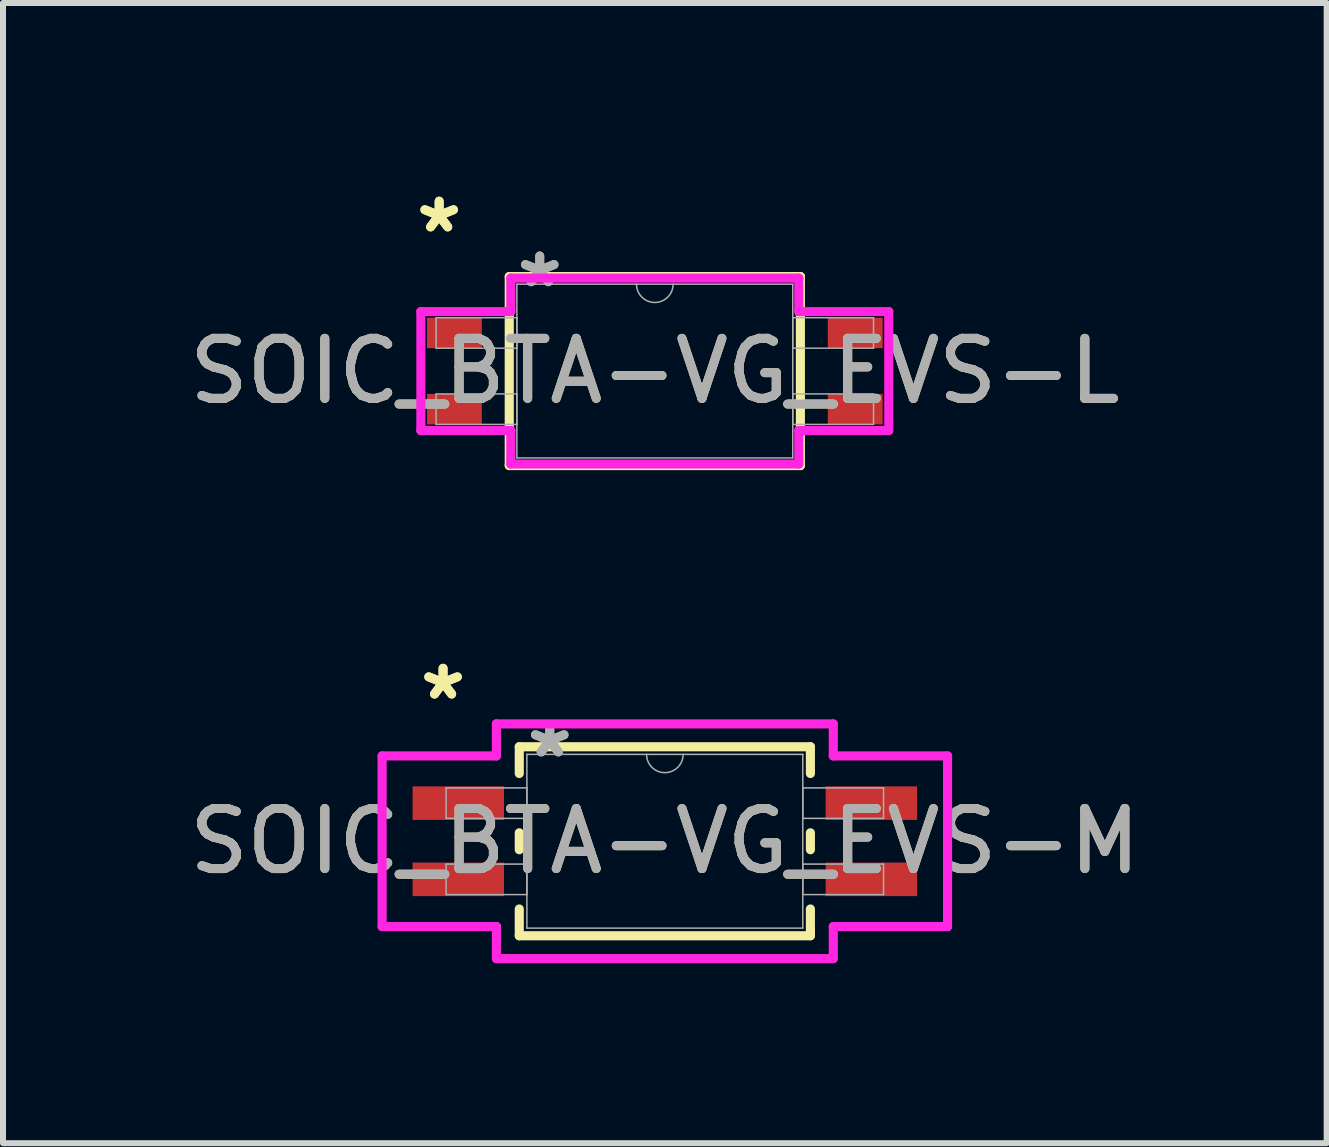
<source format=kicad_pcb>
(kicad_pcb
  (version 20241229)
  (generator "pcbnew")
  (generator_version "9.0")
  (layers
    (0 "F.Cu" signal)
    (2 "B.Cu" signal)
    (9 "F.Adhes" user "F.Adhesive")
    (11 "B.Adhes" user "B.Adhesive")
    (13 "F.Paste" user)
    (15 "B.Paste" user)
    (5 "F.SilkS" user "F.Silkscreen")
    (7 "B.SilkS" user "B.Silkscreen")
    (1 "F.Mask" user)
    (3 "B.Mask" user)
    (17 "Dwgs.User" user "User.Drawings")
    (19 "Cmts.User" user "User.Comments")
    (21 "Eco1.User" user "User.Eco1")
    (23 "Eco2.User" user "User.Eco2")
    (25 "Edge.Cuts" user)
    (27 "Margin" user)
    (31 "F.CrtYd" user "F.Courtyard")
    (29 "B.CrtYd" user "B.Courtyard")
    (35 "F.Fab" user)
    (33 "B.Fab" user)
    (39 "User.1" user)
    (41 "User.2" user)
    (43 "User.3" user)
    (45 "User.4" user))
  (footprint "SOIC_BTA-VG_EVS-L"
    (layer "F.Cu")
    (at 7.863 3.134)
    (property "Reference" "SOIC_BTA-VG_EVS-L" (at 0 0 0) (unlocked yes) (layer "F.SilkS") (effects (font (size 1 1) (thickness 0.15))))
    (attr smd)
    (fp_line (start -2.426 -1.575) (end -2.426 1.575) (stroke (width 0.152) (type solid)) (layer "F.SilkS"))
    (fp_line (start -2.426 1.575) (end 2.426 1.575) (stroke (width 0.152) (type solid)) (layer "F.SilkS"))
    (fp_line (start 2.426 -1.575) (end -2.426 -1.575) (stroke (width 0.152) (type solid)) (layer "F.SilkS"))
    (fp_line (start 2.426 1.575) (end 2.426 -1.575) (stroke (width 0.152) (type solid)) (layer "F.SilkS"))
    (fp_line (start -3.899 -0.991) (end -2.4 -0.991) (stroke (width 0.152) (type solid)) (layer "F.CrtYd"))
    (fp_line (start -3.899 0.991) (end -3.899 -0.991) (stroke (width 0.152) (type solid)) (layer "F.CrtYd"))
    (fp_line (start -3.899 0.991) (end -2.4 0.991) (stroke (width 0.152) (type solid)) (layer "F.CrtYd"))
    (fp_line (start -2.4 -1.549) (end 2.4 -1.549) (stroke (width 0.152) (type solid)) (layer "F.CrtYd"))
    (fp_line (start -2.4 -0.991) (end -2.4 -1.549) (stroke (width 0.152) (type solid)) (layer "F.CrtYd"))
    (fp_line (start -2.4 1.549) (end -2.4 0.991) (stroke (width 0.152) (type solid)) (layer "F.CrtYd"))
    (fp_line (start 2.4 -1.549) (end 2.4 -0.991) (stroke (width 0.152) (type solid)) (layer "F.CrtYd"))
    (fp_line (start 2.4 0.991) (end 2.4 1.549) (stroke (width 0.152) (type solid)) (layer "F.CrtYd"))
    (fp_line (start 2.4 1.549) (end -2.4 1.549) (stroke (width 0.152) (type solid)) (layer "F.CrtYd"))
    (fp_line (start 3.899 -0.991) (end 2.4 -0.991) (stroke (width 0.152) (type solid)) (layer "F.CrtYd"))
    (fp_line (start 3.899 -0.991) (end 3.899 0.991) (stroke (width 0.152) (type solid)) (layer "F.CrtYd"))
    (fp_line (start 3.899 0.991) (end 2.4 0.991) (stroke (width 0.152) (type solid)) (layer "F.CrtYd"))
    (fp_line (start -3.645 -0.889) (end -3.645 -0.381) (stroke (width 0.025) (type solid)) (layer "F.Fab"))
    (fp_line (start -3.645 -0.381) (end -2.299 -0.381) (stroke (width 0.025) (type solid)) (layer "F.Fab"))
    (fp_line (start -3.645 0.381) (end -3.645 0.889) (stroke (width 0.025) (type solid)) (layer "F.Fab"))
    (fp_line (start -3.645 0.889) (end -2.299 0.889) (stroke (width 0.025) (type solid)) (layer "F.Fab"))
    (fp_line (start -2.299 -1.448) (end -2.299 1.448) (stroke (width 0.025) (type solid)) (layer "F.Fab"))
    (fp_line (start -2.299 -0.889) (end -3.645 -0.889) (stroke (width 0.025) (type solid)) (layer "F.Fab"))
    (fp_line (start -2.299 -0.381) (end -2.299 -0.889) (stroke (width 0.025) (type solid)) (layer "F.Fab"))
    (fp_line (start -2.299 0.381) (end -3.645 0.381) (stroke (width 0.025) (type solid)) (layer "F.Fab"))
    (fp_line (start -2.299 0.889) (end -2.299 0.381) (stroke (width 0.025) (type solid)) (layer "F.Fab"))
    (fp_line (start -2.299 1.448) (end 2.299 1.448) (stroke (width 0.025) (type solid)) (layer "F.Fab"))
    (fp_line (start 2.299 -1.448) (end -2.299 -1.448) (stroke (width 0.025) (type solid)) (layer "F.Fab"))
    (fp_line (start 2.299 -0.889) (end 2.299 -0.381) (stroke (width 0.025) (type solid)) (layer "F.Fab"))
    (fp_line (start 2.299 -0.381) (end 3.645 -0.381) (stroke (width 0.025) (type solid)) (layer "F.Fab"))
    (fp_line (start 2.299 0.381) (end 2.299 0.889) (stroke (width 0.025) (type solid)) (layer "F.Fab"))
    (fp_line (start 2.299 0.889) (end 3.645 0.889) (stroke (width 0.025) (type solid)) (layer "F.Fab"))
    (fp_line (start 2.299 1.448) (end 2.299 -1.448) (stroke (width 0.025) (type solid)) (layer "F.Fab"))
    (fp_line (start 3.645 -0.889) (end 2.299 -0.889) (stroke (width 0.025) (type solid)) (layer "F.Fab"))
    (fp_line (start 3.645 -0.381) (end 3.645 -0.889) (stroke (width 0.025) (type solid)) (layer "F.Fab"))
    (fp_line (start 3.645 0.381) (end 2.299 0.381) (stroke (width 0.025) (type solid)) (layer "F.Fab"))
    (fp_line (start 3.645 0.889) (end 3.645 0.381) (stroke (width 0.025) (type solid)) (layer "F.Fab"))
    (fp_arc (start 0.3048 -1.4478) (mid 0 -1.143) (end -0.3048 -1.4478) (stroke (width 0.0254) (type solid)) (layer "F.Fab"))
    (fp_text user "*" (at -3.594 -2.286 0) (layer "F.SilkS") (effects (font (size 1 1) (thickness 0.15))))
    (fp_text user "*" (at -3.594 -2.286 0) (unlocked yes) (layer "F.SilkS") (effects (font (size 1 1) (thickness 0.15))))
    (fp_text user "*" (at -1.918 -1.372 0) (layer "F.Fab") (effects (font (size 1 1) (thickness 0.15))))
    (fp_text user "${REFERENCE}" (at 0 0 0) (unlocked yes) (layer "F.Fab") (effects (font (size 1 1) (thickness 0.15))))
    (fp_text user "*" (at -1.918 -1.372 0) (unlocked yes) (layer "F.Fab") (effects (font (size 1 1) (thickness 0.15))))
    (pad "1" smd rect (at -3.34 -0.635) (size 0.914 0.508) (layers "F.Cu" "F.Mask" "F.Paste"))
    (pad "2" smd rect (at -3.34 0.635) (size 0.914 0.508) (layers "F.Cu" "F.Mask" "F.Paste"))
    (pad "3" smd rect (at 3.34 0.635) (size 0.914 0.508) (layers "F.Cu" "F.Mask" "F.Paste"))
    (pad "4" smd rect (at 3.34 -0.635) (size 0.914 0.508) (layers "F.Cu" "F.Mask" "F.Paste")))
  (footprint "SOIC_BTA-VG_EVS-M"
    (layer "F.Cu")
    (at 8.03 10.97)
    (property "Reference" "SOIC_BTA-VG_EVS-M" (at 0 0 0) (unlocked yes) (layer "F.SilkS") (effects (font (size 1 1) (thickness 0.15))))
    (attr smd)
    (fp_line (start -2.426 -1.575) (end -2.426 -1.129) (stroke (width 0.152) (type solid)) (layer "F.SilkS"))
    (fp_line (start -2.426 -0.141) (end -2.426 0.141) (stroke (width 0.152) (type solid)) (layer "F.SilkS"))
    (fp_line (start -2.426 1.129) (end -2.426 1.575) (stroke (width 0.152) (type solid)) (layer "F.SilkS"))
    (fp_line (start -2.426 1.575) (end 2.426 1.575) (stroke (width 0.152) (type solid)) (layer "F.SilkS"))
    (fp_line (start 2.426 -1.575) (end -2.426 -1.575) (stroke (width 0.152) (type solid)) (layer "F.SilkS"))
    (fp_line (start 2.426 -1.129) (end 2.426 -1.575) (stroke (width 0.152) (type solid)) (layer "F.SilkS"))
    (fp_line (start 2.426 0.141) (end 2.426 -0.141) (stroke (width 0.152) (type solid)) (layer "F.SilkS"))
    (fp_line (start 2.426 1.575) (end 2.426 1.129) (stroke (width 0.152) (type solid)) (layer "F.SilkS"))
    (fp_line (start -4.712 -1.422) (end -2.807 -1.422) (stroke (width 0.152) (type solid)) (layer "F.CrtYd"))
    (fp_line (start -4.712 1.422) (end -4.712 -1.422) (stroke (width 0.152) (type solid)) (layer "F.CrtYd"))
    (fp_line (start -4.712 1.422) (end -2.807 1.422) (stroke (width 0.152) (type solid)) (layer "F.CrtYd"))
    (fp_line (start -2.807 -1.956) (end 2.807 -1.956) (stroke (width 0.152) (type solid)) (layer "F.CrtYd"))
    (fp_line (start -2.807 -1.422) (end -2.807 -1.956) (stroke (width 0.152) (type solid)) (layer "F.CrtYd"))
    (fp_line (start -2.807 1.956) (end -2.807 1.422) (stroke (width 0.152) (type solid)) (layer "F.CrtYd"))
    (fp_line (start 2.807 -1.956) (end 2.807 -1.422) (stroke (width 0.152) (type solid)) (layer "F.CrtYd"))
    (fp_line (start 2.807 1.422) (end 2.807 1.956) (stroke (width 0.152) (type solid)) (layer "F.CrtYd"))
    (fp_line (start 2.807 1.956) (end -2.807 1.956) (stroke (width 0.152) (type solid)) (layer "F.CrtYd"))
    (fp_line (start 4.712 -1.422) (end 2.807 -1.422) (stroke (width 0.152) (type solid)) (layer "F.CrtYd"))
    (fp_line (start 4.712 -1.422) (end 4.712 1.422) (stroke (width 0.152) (type solid)) (layer "F.CrtYd"))
    (fp_line (start 4.712 1.422) (end 2.807 1.422) (stroke (width 0.152) (type solid)) (layer "F.CrtYd"))
    (fp_line (start -3.645 -0.889) (end -3.645 -0.381) (stroke (width 0.025) (type solid)) (layer "F.Fab"))
    (fp_line (start -3.645 -0.381) (end -2.299 -0.381) (stroke (width 0.025) (type solid)) (layer "F.Fab"))
    (fp_line (start -3.645 0.381) (end -3.645 0.889) (stroke (width 0.025) (type solid)) (layer "F.Fab"))
    (fp_line (start -3.645 0.889) (end -2.299 0.889) (stroke (width 0.025) (type solid)) (layer "F.Fab"))
    (fp_line (start -2.299 -1.448) (end -2.299 1.448) (stroke (width 0.025) (type solid)) (layer "F.Fab"))
    (fp_line (start -2.299 -0.889) (end -3.645 -0.889) (stroke (width 0.025) (type solid)) (layer "F.Fab"))
    (fp_line (start -2.299 -0.381) (end -2.299 -0.889) (stroke (width 0.025) (type solid)) (layer "F.Fab"))
    (fp_line (start -2.299 0.381) (end -3.645 0.381) (stroke (width 0.025) (type solid)) (layer "F.Fab"))
    (fp_line (start -2.299 0.889) (end -2.299 0.381) (stroke (width 0.025) (type solid)) (layer "F.Fab"))
    (fp_line (start -2.299 1.448) (end 2.299 1.448) (stroke (width 0.025) (type solid)) (layer "F.Fab"))
    (fp_line (start 2.299 -1.448) (end -2.299 -1.448) (stroke (width 0.025) (type solid)) (layer "F.Fab"))
    (fp_line (start 2.299 -0.889) (end 2.299 -0.381) (stroke (width 0.025) (type solid)) (layer "F.Fab"))
    (fp_line (start 2.299 -0.381) (end 3.645 -0.381) (stroke (width 0.025) (type solid)) (layer "F.Fab"))
    (fp_line (start 2.299 0.381) (end 2.299 0.889) (stroke (width 0.025) (type solid)) (layer "F.Fab"))
    (fp_line (start 2.299 0.889) (end 3.645 0.889) (stroke (width 0.025) (type solid)) (layer "F.Fab"))
    (fp_line (start 2.299 1.448) (end 2.299 -1.448) (stroke (width 0.025) (type solid)) (layer "F.Fab"))
    (fp_line (start 3.645 -0.889) (end 2.299 -0.889) (stroke (width 0.025) (type solid)) (layer "F.Fab"))
    (fp_line (start 3.645 -0.381) (end 3.645 -0.889) (stroke (width 0.025) (type solid)) (layer "F.Fab"))
    (fp_line (start 3.645 0.381) (end 2.299 0.381) (stroke (width 0.025) (type solid)) (layer "F.Fab"))
    (fp_line (start 3.645 0.889) (end 3.645 0.381) (stroke (width 0.025) (type solid)) (layer "F.Fab"))
    (fp_arc (start 0.3048 -1.4478) (mid 0 -1.143) (end -0.3048 -1.4478) (stroke (width 0.0254) (type solid)) (layer "F.Fab"))
    (fp_text user "*" (at -3.696 -2.337 0) (unlocked yes) (layer "F.SilkS") (effects (font (size 1 1) (thickness 0.15))))
    (fp_text user "*" (at -3.696 -2.337 0) (layer "F.SilkS") (effects (font (size 1 1) (thickness 0.15))))
    (fp_text user "${REFERENCE}" (at 0 0 0) (unlocked yes) (layer "F.Fab") (effects (font (size 1 1) (thickness 0.15))))
    (fp_text user "*" (at -1.918 -1.372 0) (layer "F.Fab") (effects (font (size 1 1) (thickness 0.15))))
    (fp_text user "*" (at -1.918 -1.372 0) (unlocked yes) (layer "F.Fab") (effects (font (size 1 1) (thickness 0.15))))
    (pad "1" smd rect (at -3.442 -0.635) (size 1.524 0.559) (layers "F.Cu" "F.Mask" "F.Paste"))
    (pad "2" smd rect (at -3.442 0.635) (size 1.524 0.559) (layers "F.Cu" "F.Mask" "F.Paste"))
    (pad "3" smd rect (at 3.442 0.635) (size 1.524 0.559) (layers "F.Cu" "F.Mask" "F.Paste"))
    (pad "4" smd rect (at 3.442 -0.635) (size 1.524 0.559) (layers "F.Cu" "F.Mask" "F.Paste")))
  (gr_rect
    (start -3 -3)
    (end 19.06 16.002)
    (stroke (width 0.1) (type default))
    (fill no)
    (layer "Edge.Cuts")))
</source>
